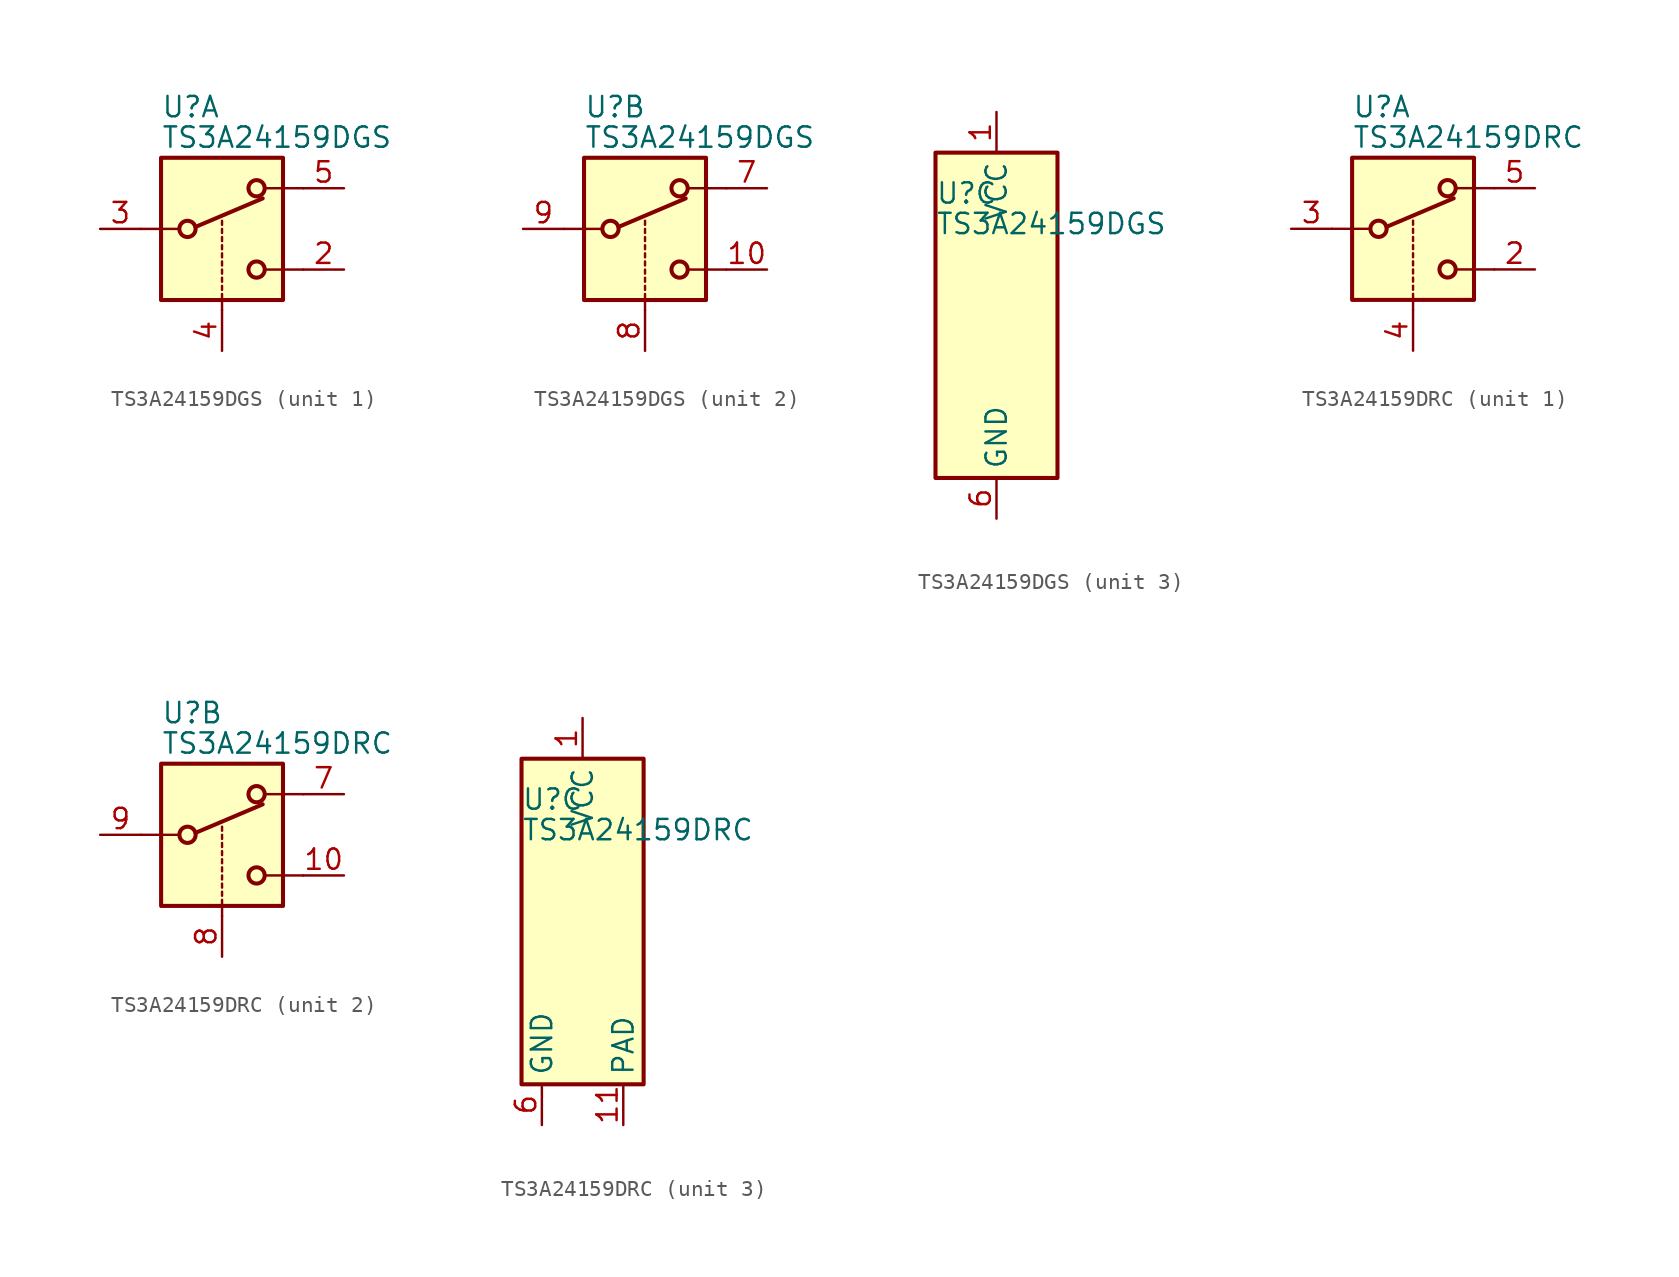
<source format=kicad_sym>
(kicad_symbol_lib
  (version 20231120)
  (generator "kicad_symbol_editor")
  (generator_version "8.0")
  (symbol "TS3A24159DGS"
    (property "Reference" "U"
      (at -3.81 7.62 0)
      (effects (font (size 1.27 1.27)) (justify left)))
    (property "Value" "TS3A24159DGS"
      (at -3.81 5.715 0)
      (effects (font (size 1.27 1.27)) (justify left)))
    (property "ki_locked" ""
      (at 0 0 0)
      (effects (font (size 1.27 1.27))))
    (symbol "TS3A24159DGS_1_1"
      (rectangle (start -3.81 4.445) (end 3.81 -4.445) (stroke (width 0.254) (type default)) (fill (type background)))
      (circle (center -2.159 0) (radius 0.508) (stroke (width 0.254) (type default)) (fill (type none)))
      (polyline (pts (xy -5.08 0) (xy -2.794 0)) (stroke (width 0) (type default)) (fill (type none)))
      (polyline (pts (xy -1.651 0.127) (xy 2.54 1.905)) (stroke (width 0.254) (type default)) (fill (type none)))
      (polyline (pts (xy 0 -5.08) (xy 0 -4.572)) (stroke (width 0) (type default)) (fill (type none)))
      (polyline (pts (xy 0 -4.318) (xy 0 -4.064)) (stroke (width 0) (type default)) (fill (type none)))
      (polyline (pts (xy 0 -3.81) (xy 0 -3.556)) (stroke (width 0) (type default)) (fill (type none)))
      (polyline (pts (xy 0 -3.302) (xy 0 -3.048)) (stroke (width 0) (type default)) (fill (type none)))
      (polyline (pts (xy 0 -2.794) (xy 0 -2.54)) (stroke (width 0) (type default)) (fill (type none)))
      (polyline (pts (xy 0 -2.286) (xy 0 -2.032)) (stroke (width 0) (type default)) (fill (type none)))
      (polyline (pts (xy 0 -1.778) (xy 0 -1.524)) (stroke (width 0) (type default)) (fill (type none)))
      (polyline (pts (xy 0 -1.27) (xy 0 -1.016)) (stroke (width 0) (type default)) (fill (type none)))
      (polyline (pts (xy 0 -0.762) (xy 0 -0.508)) (stroke (width 0) (type default)) (fill (type none)))
      (polyline (pts (xy 0 -0.254) (xy 0 0)) (stroke (width 0) (type default)) (fill (type none)))
      (polyline (pts (xy 0 0.254) (xy 0 0.508)) (stroke (width 0) (type default)) (fill (type none)))
      (polyline (pts (xy 5.08 -2.54) (xy 2.794 -2.54)) (stroke (width 0) (type default)) (fill (type none)))
      (polyline (pts (xy 5.08 2.54) (xy 2.794 2.54)) (stroke (width 0) (type default)) (fill (type none)))
      (circle (center 2.159 -2.54) (radius 0.508) (stroke (width 0.254) (type default)) (fill (type none)))
      (circle (center 2.159 2.54) (radius 0.508) (stroke (width 0.254) (type default)) (fill (type none)))
      (pin passive line (at 7.62 -2.54 180) (length 2.54) (name "~" (effects (font (size 1.27 1.27)))) (number "2" (effects (font (size 1.27 1.27)))))
      (pin passive line (at -7.62 0 0) (length 2.54) (name "~" (effects (font (size 1.27 1.27)))) (number "3" (effects (font (size 1.27 1.27)))))
      (pin input line (at 0 -7.62 90) (length 2.54) (name "~" (effects (font (size 1.27 1.27)))) (number "4" (effects (font (size 1.27 1.27)))))
      (pin passive line (at 7.62 2.54 180) (length 2.54) (name "~" (effects (font (size 1.27 1.27)))) (number "5" (effects (font (size 1.27 1.27))))))
    (symbol "TS3A24159DGS_2_1"
      (rectangle (start -3.81 4.445) (end 3.81 -4.445) (stroke (width 0.254) (type default)) (fill (type background)))
      (circle (center -2.159 0) (radius 0.508) (stroke (width 0.254) (type default)) (fill (type none)))
      (polyline (pts (xy -5.08 0) (xy -2.794 0)) (stroke (width 0) (type default)) (fill (type none)))
      (polyline (pts (xy -1.651 0.127) (xy 2.54 1.905)) (stroke (width 0.254) (type default)) (fill (type none)))
      (polyline (pts (xy 0 -5.08) (xy 0 -4.572)) (stroke (width 0) (type default)) (fill (type none)))
      (polyline (pts (xy 0 -4.318) (xy 0 -4.064)) (stroke (width 0) (type default)) (fill (type none)))
      (polyline (pts (xy 0 -3.81) (xy 0 -3.556)) (stroke (width 0) (type default)) (fill (type none)))
      (polyline (pts (xy 0 -3.302) (xy 0 -3.048)) (stroke (width 0) (type default)) (fill (type none)))
      (polyline (pts (xy 0 -2.794) (xy 0 -2.54)) (stroke (width 0) (type default)) (fill (type none)))
      (polyline (pts (xy 0 -2.286) (xy 0 -2.032)) (stroke (width 0) (type default)) (fill (type none)))
      (polyline (pts (xy 0 -1.778) (xy 0 -1.524)) (stroke (width 0) (type default)) (fill (type none)))
      (polyline (pts (xy 0 -1.27) (xy 0 -1.016)) (stroke (width 0) (type default)) (fill (type none)))
      (polyline (pts (xy 0 -0.762) (xy 0 -0.508)) (stroke (width 0) (type default)) (fill (type none)))
      (polyline (pts (xy 0 -0.254) (xy 0 0)) (stroke (width 0) (type default)) (fill (type none)))
      (polyline (pts (xy 0 0.254) (xy 0 0.508)) (stroke (width 0) (type default)) (fill (type none)))
      (polyline (pts (xy 5.08 -2.54) (xy 2.794 -2.54)) (stroke (width 0) (type default)) (fill (type none)))
      (polyline (pts (xy 5.08 2.54) (xy 2.794 2.54)) (stroke (width 0) (type default)) (fill (type none)))
      (circle (center 2.159 -2.54) (radius 0.508) (stroke (width 0.254) (type default)) (fill (type none)))
      (circle (center 2.159 2.54) (radius 0.508) (stroke (width 0.254) (type default)) (fill (type none)))
      (pin passive line (at 7.62 -2.54 180) (length 2.54) (name "~" (effects (font (size 1.27 1.27)))) (number "10" (effects (font (size 1.27 1.27)))))
      (pin passive line (at 7.62 2.54 180) (length 2.54) (name "~" (effects (font (size 1.27 1.27)))) (number "7" (effects (font (size 1.27 1.27)))))
      (pin input line (at 0 -7.62 90) (length 2.54) (name "~" (effects (font (size 1.27 1.27)))) (number "8" (effects (font (size 1.27 1.27)))))
      (pin passive line (at -7.62 0 0) (length 2.54) (name "~" (effects (font (size 1.27 1.27)))) (number "9" (effects (font (size 1.27 1.27))))))
    (symbol "TS3A24159DGS_3_1"
      (rectangle (start -3.81 10.16) (end 3.81 -10.16) (stroke (width 0.254) (type default)) (fill (type background)))
      (pin power_in line (at 0 12.7 270) (length 2.54) (name "VCC" (effects (font (size 1.27 1.27)))) (number "1" (effects (font (size 1.27 1.27)))))
      (pin power_in line (at 0 -12.7 90) (length 2.54) (name "GND" (effects (font (size 1.27 1.27)))) (number "6" (effects (font (size 1.27 1.27)))))))
  (symbol "TS3A24159DRC"
    (property "Reference" "U"
      (at -3.81 7.62 0)
      (effects (font (size 1.27 1.27)) (justify left)))
    (property "Value" "TS3A24159DRC"
      (at -3.81 5.715 0)
      (effects (font (size 1.27 1.27)) (justify left)))
    (property "ki_locked" ""
      (at 0 0 0)
      (effects (font (size 1.27 1.27))))
    (symbol "TS3A24159DRC_1_1"
      (rectangle (start -3.81 4.445) (end 3.81 -4.445) (stroke (width 0.254) (type default)) (fill (type background)))
      (circle (center -2.159 0) (radius 0.508) (stroke (width 0.254) (type default)) (fill (type none)))
      (polyline (pts (xy -5.08 0) (xy -2.794 0)) (stroke (width 0) (type default)) (fill (type none)))
      (polyline (pts (xy -1.651 0.127) (xy 2.54 1.905)) (stroke (width 0.254) (type default)) (fill (type none)))
      (polyline (pts (xy 0 -5.08) (xy 0 -4.572)) (stroke (width 0) (type default)) (fill (type none)))
      (polyline (pts (xy 0 -4.318) (xy 0 -4.064)) (stroke (width 0) (type default)) (fill (type none)))
      (polyline (pts (xy 0 -3.81) (xy 0 -3.556)) (stroke (width 0) (type default)) (fill (type none)))
      (polyline (pts (xy 0 -3.302) (xy 0 -3.048)) (stroke (width 0) (type default)) (fill (type none)))
      (polyline (pts (xy 0 -2.794) (xy 0 -2.54)) (stroke (width 0) (type default)) (fill (type none)))
      (polyline (pts (xy 0 -2.286) (xy 0 -2.032)) (stroke (width 0) (type default)) (fill (type none)))
      (polyline (pts (xy 0 -1.778) (xy 0 -1.524)) (stroke (width 0) (type default)) (fill (type none)))
      (polyline (pts (xy 0 -1.27) (xy 0 -1.016)) (stroke (width 0) (type default)) (fill (type none)))
      (polyline (pts (xy 0 -0.762) (xy 0 -0.508)) (stroke (width 0) (type default)) (fill (type none)))
      (polyline (pts (xy 0 -0.254) (xy 0 0)) (stroke (width 0) (type default)) (fill (type none)))
      (polyline (pts (xy 0 0.254) (xy 0 0.508)) (stroke (width 0) (type default)) (fill (type none)))
      (polyline (pts (xy 5.08 -2.54) (xy 2.794 -2.54)) (stroke (width 0) (type default)) (fill (type none)))
      (polyline (pts (xy 5.08 2.54) (xy 2.794 2.54)) (stroke (width 0) (type default)) (fill (type none)))
      (circle (center 2.159 -2.54) (radius 0.508) (stroke (width 0.254) (type default)) (fill (type none)))
      (circle (center 2.159 2.54) (radius 0.508) (stroke (width 0.254) (type default)) (fill (type none)))
      (pin passive line (at 7.62 -2.54 180) (length 2.54) (name "~" (effects (font (size 1.27 1.27)))) (number "2" (effects (font (size 1.27 1.27)))))
      (pin passive line (at -7.62 0 0) (length 2.54) (name "~" (effects (font (size 1.27 1.27)))) (number "3" (effects (font (size 1.27 1.27)))))
      (pin input line (at 0 -7.62 90) (length 2.54) (name "~" (effects (font (size 1.27 1.27)))) (number "4" (effects (font (size 1.27 1.27)))))
      (pin passive line (at 7.62 2.54 180) (length 2.54) (name "~" (effects (font (size 1.27 1.27)))) (number "5" (effects (font (size 1.27 1.27))))))
    (symbol "TS3A24159DRC_2_1"
      (rectangle (start -3.81 4.445) (end 3.81 -4.445) (stroke (width 0.254) (type default)) (fill (type background)))
      (circle (center -2.159 0) (radius 0.508) (stroke (width 0.254) (type default)) (fill (type none)))
      (polyline (pts (xy -5.08 0) (xy -2.794 0)) (stroke (width 0) (type default)) (fill (type none)))
      (polyline (pts (xy -1.651 0.127) (xy 2.54 1.905)) (stroke (width 0.254) (type default)) (fill (type none)))
      (polyline (pts (xy 0 -5.08) (xy 0 -4.572)) (stroke (width 0) (type default)) (fill (type none)))
      (polyline (pts (xy 0 -4.318) (xy 0 -4.064)) (stroke (width 0) (type default)) (fill (type none)))
      (polyline (pts (xy 0 -3.81) (xy 0 -3.556)) (stroke (width 0) (type default)) (fill (type none)))
      (polyline (pts (xy 0 -3.302) (xy 0 -3.048)) (stroke (width 0) (type default)) (fill (type none)))
      (polyline (pts (xy 0 -2.794) (xy 0 -2.54)) (stroke (width 0) (type default)) (fill (type none)))
      (polyline (pts (xy 0 -2.286) (xy 0 -2.032)) (stroke (width 0) (type default)) (fill (type none)))
      (polyline (pts (xy 0 -1.778) (xy 0 -1.524)) (stroke (width 0) (type default)) (fill (type none)))
      (polyline (pts (xy 0 -1.27) (xy 0 -1.016)) (stroke (width 0) (type default)) (fill (type none)))
      (polyline (pts (xy 0 -0.762) (xy 0 -0.508)) (stroke (width 0) (type default)) (fill (type none)))
      (polyline (pts (xy 0 -0.254) (xy 0 0)) (stroke (width 0) (type default)) (fill (type none)))
      (polyline (pts (xy 0 0.254) (xy 0 0.508)) (stroke (width 0) (type default)) (fill (type none)))
      (polyline (pts (xy 5.08 -2.54) (xy 2.794 -2.54)) (stroke (width 0) (type default)) (fill (type none)))
      (polyline (pts (xy 5.08 2.54) (xy 2.794 2.54)) (stroke (width 0) (type default)) (fill (type none)))
      (circle (center 2.159 -2.54) (radius 0.508) (stroke (width 0.254) (type default)) (fill (type none)))
      (circle (center 2.159 2.54) (radius 0.508) (stroke (width 0.254) (type default)) (fill (type none)))
      (pin passive line (at 7.62 -2.54 180) (length 2.54) (name "~" (effects (font (size 1.27 1.27)))) (number "10" (effects (font (size 1.27 1.27)))))
      (pin passive line (at 7.62 2.54 180) (length 2.54) (name "~" (effects (font (size 1.27 1.27)))) (number "7" (effects (font (size 1.27 1.27)))))
      (pin input line (at 0 -7.62 90) (length 2.54) (name "~" (effects (font (size 1.27 1.27)))) (number "8" (effects (font (size 1.27 1.27)))))
      (pin passive line (at -7.62 0 0) (length 2.54) (name "~" (effects (font (size 1.27 1.27)))) (number "9" (effects (font (size 1.27 1.27))))))
    (symbol "TS3A24159DRC_3_1"
      (rectangle (start -3.81 10.16) (end 3.81 -10.16) (stroke (width 0.254) (type default)) (fill (type background)))
      (pin power_in line (at 0 12.7 270) (length 2.54) (name "VCC" (effects (font (size 1.27 1.27)))) (number "1" (effects (font (size 1.27 1.27)))))
      (pin passive line (at 2.54 -12.7 90) (length 2.54) (name "PAD" (effects (font (size 1.27 1.27)))) (number "11" (effects (font (size 1.27 1.27)))))
      (pin power_in line (at -2.54 -12.7 90) (length 2.54) (name "GND" (effects (font (size 1.27 1.27)))) (number "6" (effects (font (size 1.27 1.27))))))))
</source>
